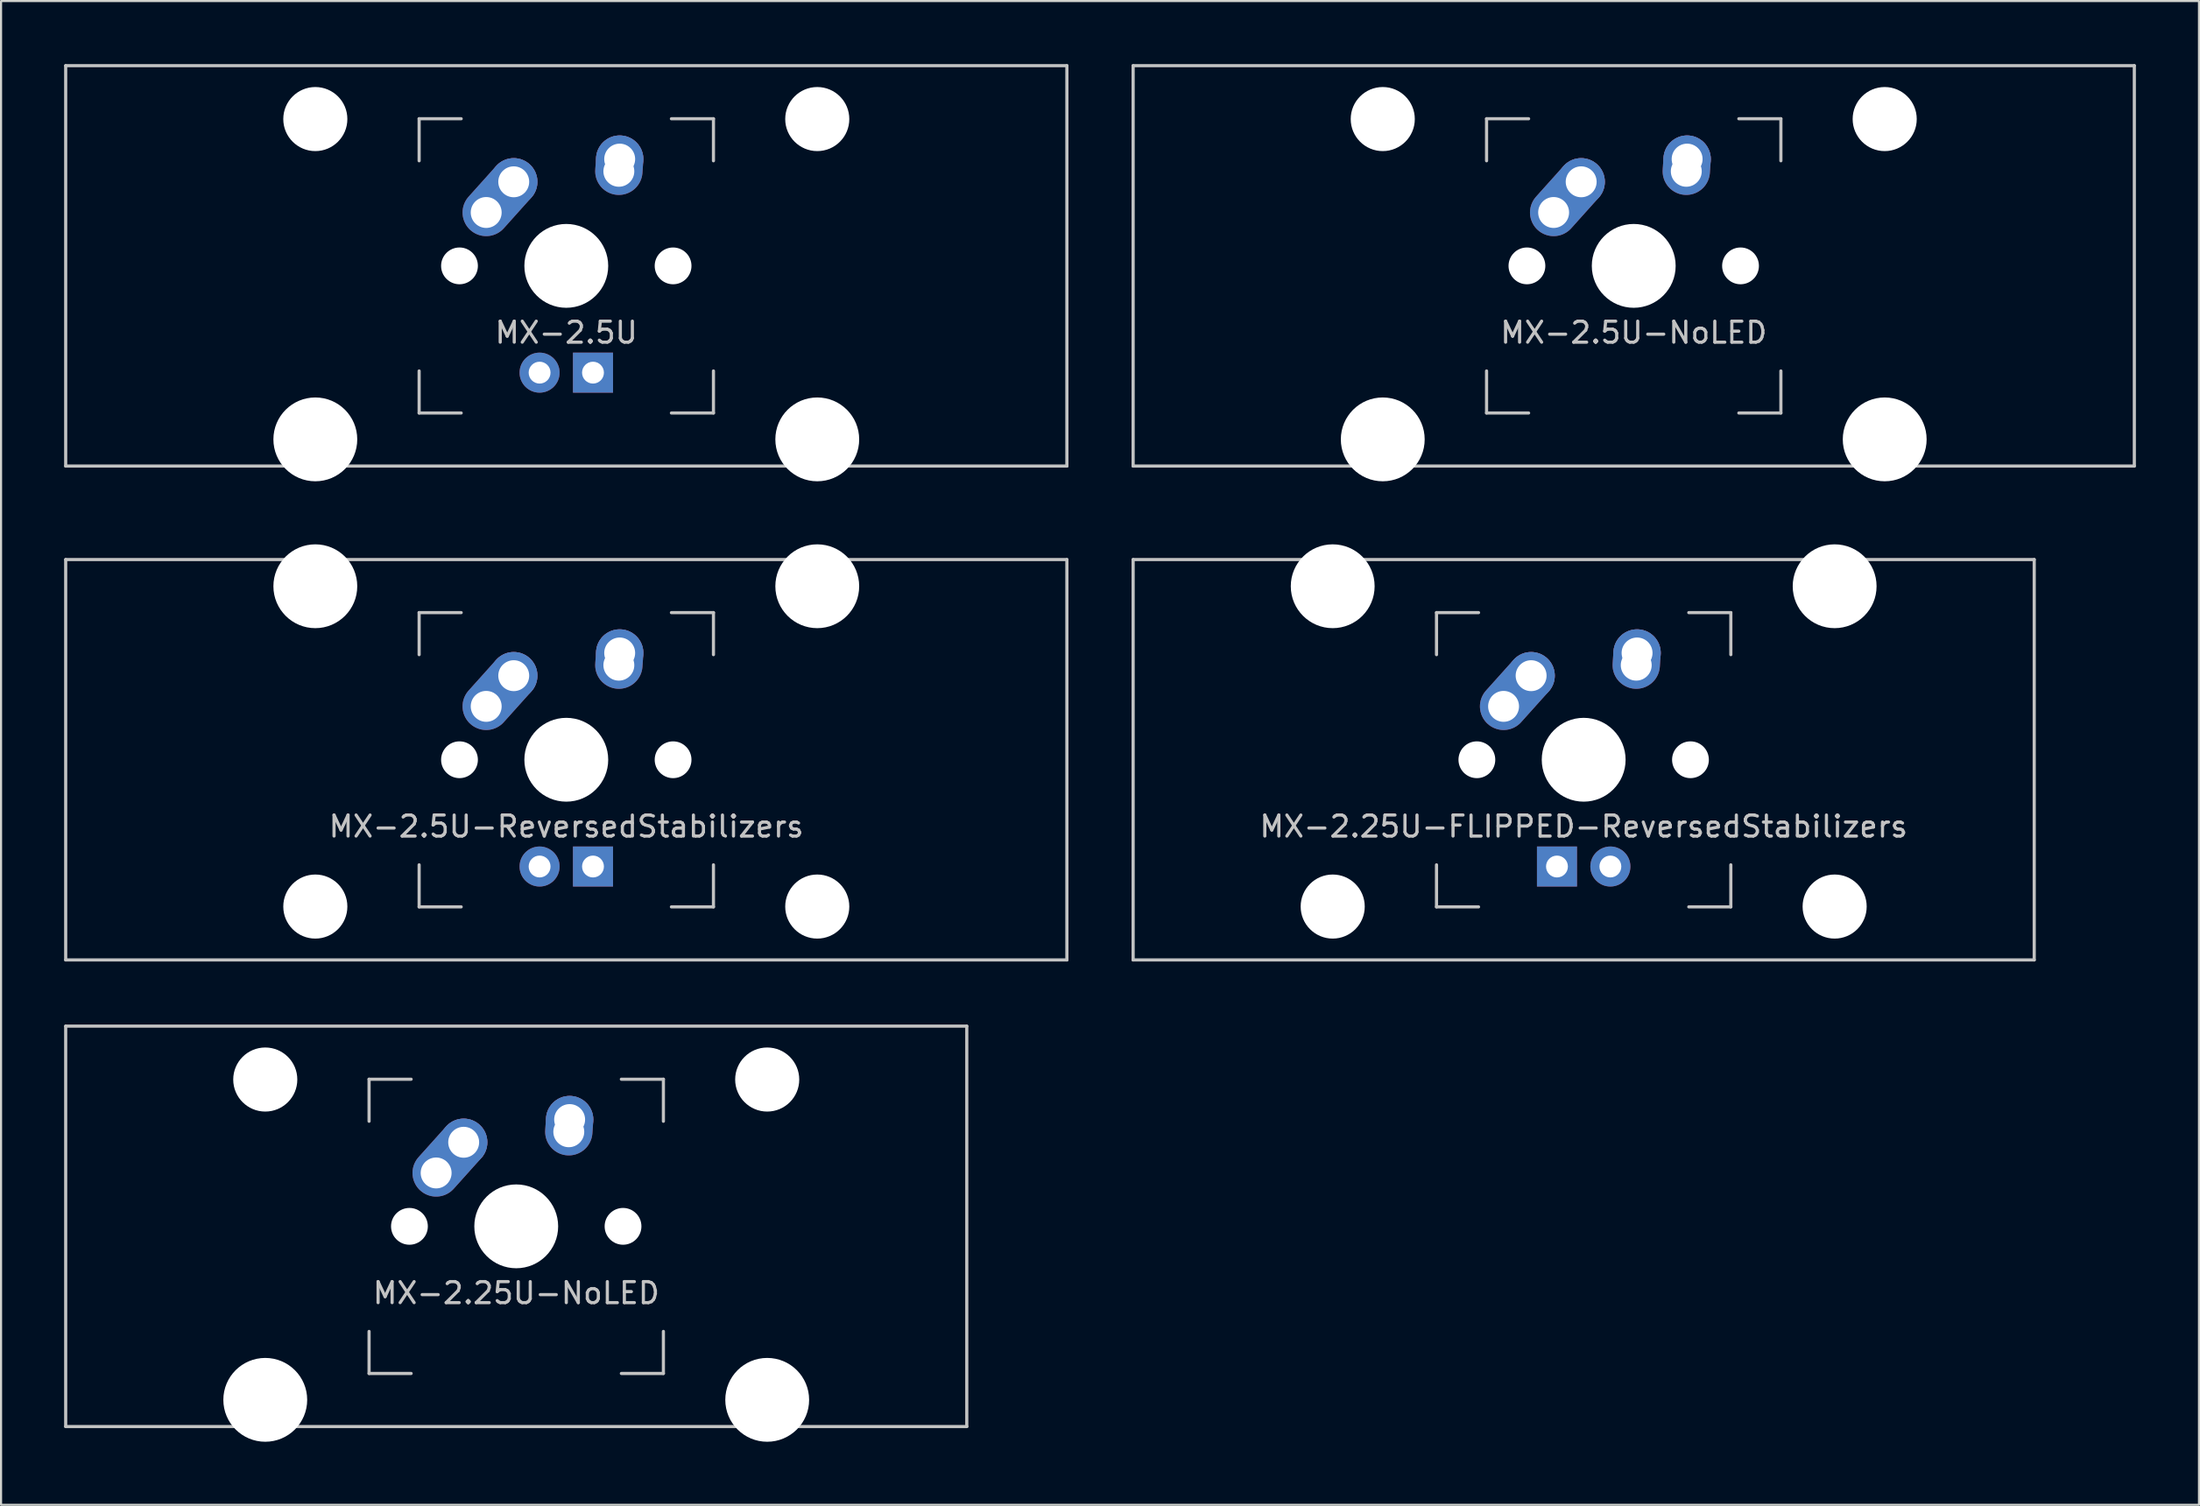
<source format=kicad_pcb>
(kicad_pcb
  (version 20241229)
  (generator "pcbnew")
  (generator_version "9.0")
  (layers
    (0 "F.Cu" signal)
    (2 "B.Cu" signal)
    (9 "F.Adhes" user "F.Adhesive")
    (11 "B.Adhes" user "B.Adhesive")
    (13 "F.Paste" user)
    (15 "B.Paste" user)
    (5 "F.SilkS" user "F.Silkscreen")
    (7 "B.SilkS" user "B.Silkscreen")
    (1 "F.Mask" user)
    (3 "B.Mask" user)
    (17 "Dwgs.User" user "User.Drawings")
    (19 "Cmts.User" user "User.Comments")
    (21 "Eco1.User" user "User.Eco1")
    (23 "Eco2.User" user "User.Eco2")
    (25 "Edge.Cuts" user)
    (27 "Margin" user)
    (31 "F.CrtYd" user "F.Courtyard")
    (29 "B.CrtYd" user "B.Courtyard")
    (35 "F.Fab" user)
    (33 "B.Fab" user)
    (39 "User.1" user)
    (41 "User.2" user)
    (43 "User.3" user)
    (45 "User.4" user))
  (footprint "MX-2.5U-NoLED"
    (layer "F.Cu")
    (at 74.662 9.6)
    (property "Reference" "MX-2.5U-NoLED" (at 0 3.175 0) (layer "Dwgs.User") (effects (font (size 1 1) (thickness 0.15))))
    (attr through_hole)
    (fp_line (start -23.812 -9.525) (end 23.812 -9.525) (stroke (width 0.15) (type solid)) (layer "Dwgs.User"))
    (fp_line (start -23.812 9.525) (end -23.812 -9.525) (stroke (width 0.15) (type solid)) (layer "Dwgs.User"))
    (fp_line (start -23.812 9.525) (end 23.812 9.525) (stroke (width 0.15) (type solid)) (layer "Dwgs.User"))
    (fp_line (start -7 -7) (end -7 -5) (stroke (width 0.15) (type solid)) (layer "Dwgs.User"))
    (fp_line (start -7 5) (end -7 7) (stroke (width 0.15) (type solid)) (layer "Dwgs.User"))
    (fp_line (start -7 7) (end -5 7) (stroke (width 0.15) (type solid)) (layer "Dwgs.User"))
    (fp_line (start -5 -7) (end -7 -7) (stroke (width 0.15) (type solid)) (layer "Dwgs.User"))
    (fp_line (start 5 -7) (end 7 -7) (stroke (width 0.15) (type solid)) (layer "Dwgs.User"))
    (fp_line (start 5 7) (end 7 7) (stroke (width 0.15) (type solid)) (layer "Dwgs.User"))
    (fp_line (start 7 -7) (end 7 -5) (stroke (width 0.15) (type solid)) (layer "Dwgs.User"))
    (fp_line (start 7 7) (end 7 5) (stroke (width 0.15) (type solid)) (layer "Dwgs.User"))
    (fp_line (start 23.812 -9.525) (end 23.812 9.525) (stroke (width 0.15) (type solid)) (layer "Dwgs.User"))
    (pad "" np_thru_hole circle (at -11.938 -6.985) (size 3.048 3.048) (drill 3.048) (layers "*.Cu" "*.Mask"))
    (pad "" np_thru_hole circle (at -11.938 8.255) (size 3.988 3.988) (drill 3.988) (layers "*.Cu" "*.Mask"))
    (pad "" np_thru_hole circle (at -5.08 0 48.1) (size 1.75 1.75) (drill 1.75) (layers "*.Cu" "*.Mask"))
    (pad "" np_thru_hole circle (at 0 0) (size 3.988 3.988) (drill 3.988) (layers "*.Cu" "*.Mask"))
    (pad "" np_thru_hole circle (at 5.08 0 48.1) (size 1.75 1.75) (drill 1.75) (layers "*.Cu" "*.Mask"))
    (pad "" np_thru_hole circle (at 11.938 -6.985) (size 3.048 3.048) (drill 3.048) (layers "*.Cu" "*.Mask"))
    (pad "" np_thru_hole circle (at 11.938 8.255) (size 3.988 3.988) (drill 3.988) (layers "*.Cu" "*.Mask"))
    (pad "1" thru_hole oval (at -3.81 -2.54 48.1) (size 4.212 2.25) (drill 1.47 (offset 0.981 0)) (layers "*.Cu" "*.Mask"))
    (pad "1" thru_hole circle (at -2.5 -4) (size 2.25 2.25) (drill 1.47) (layers "*.Cu" "*.Mask"))
    (pad "2" thru_hole oval (at 2.5 -4.5 86.055) (size 2.831 2.25) (drill 1.47 (offset 0.291 0)) (layers "*.Cu" "*.Mask"))
    (pad "2" thru_hole circle (at 2.54 -5.08) (size 2.25 2.25) (drill 1.47) (layers "*.Cu" "*.Mask")))
  (footprint "MX-2.25U-NoLED"
    (layer "F.Cu")
    (at 21.506 55.298)
    (property "Reference" "MX-2.25U-NoLED" (at 0 3.175 0) (layer "Dwgs.User") (effects (font (size 1 1) (thickness 0.15))))
    (attr through_hole)
    (fp_line (start -21.431 -9.525) (end 21.431 -9.525) (stroke (width 0.15) (type solid)) (layer "Dwgs.User"))
    (fp_line (start -21.431 9.525) (end -21.431 -9.525) (stroke (width 0.15) (type solid)) (layer "Dwgs.User"))
    (fp_line (start -21.431 9.525) (end 21.431 9.525) (stroke (width 0.15) (type solid)) (layer "Dwgs.User"))
    (fp_line (start -7 -7) (end -7 -5) (stroke (width 0.15) (type solid)) (layer "Dwgs.User"))
    (fp_line (start -7 5) (end -7 7) (stroke (width 0.15) (type solid)) (layer "Dwgs.User"))
    (fp_line (start -7 7) (end -5 7) (stroke (width 0.15) (type solid)) (layer "Dwgs.User"))
    (fp_line (start -5 -7) (end -7 -7) (stroke (width 0.15) (type solid)) (layer "Dwgs.User"))
    (fp_line (start 5 -7) (end 7 -7) (stroke (width 0.15) (type solid)) (layer "Dwgs.User"))
    (fp_line (start 5 7) (end 7 7) (stroke (width 0.15) (type solid)) (layer "Dwgs.User"))
    (fp_line (start 7 -7) (end 7 -5) (stroke (width 0.15) (type solid)) (layer "Dwgs.User"))
    (fp_line (start 7 7) (end 7 5) (stroke (width 0.15) (type solid)) (layer "Dwgs.User"))
    (fp_line (start 21.431 -9.525) (end 21.431 9.525) (stroke (width 0.15) (type solid)) (layer "Dwgs.User"))
    (pad "" np_thru_hole circle (at -11.938 -6.985) (size 3.048 3.048) (drill 3.048) (layers "*.Cu" "*.Mask"))
    (pad "" np_thru_hole circle (at -11.938 8.255) (size 3.988 3.988) (drill 3.988) (layers "*.Cu" "*.Mask"))
    (pad "" np_thru_hole circle (at -5.08 0 48.1) (size 1.75 1.75) (drill 1.75) (layers "*.Cu" "*.Mask"))
    (pad "" np_thru_hole circle (at 0 0) (size 3.988 3.988) (drill 3.988) (layers "*.Cu" "*.Mask"))
    (pad "" np_thru_hole circle (at 5.08 0 48.1) (size 1.75 1.75) (drill 1.75) (layers "*.Cu" "*.Mask"))
    (pad "" np_thru_hole circle (at 11.938 -6.985) (size 3.048 3.048) (drill 3.048) (layers "*.Cu" "*.Mask"))
    (pad "" np_thru_hole circle (at 11.938 8.255) (size 3.988 3.988) (drill 3.988) (layers "*.Cu" "*.Mask"))
    (pad "1" thru_hole oval (at -3.81 -2.54 48.1) (size 4.212 2.25) (drill 1.47 (offset 0.981 0)) (layers "*.Cu" "*.Mask"))
    (pad "1" thru_hole circle (at -2.5 -4) (size 2.25 2.25) (drill 1.47) (layers "*.Cu" "*.Mask"))
    (pad "2" thru_hole oval (at 2.5 -4.5 86.055) (size 2.831 2.25) (drill 1.47 (offset 0.291 0)) (layers "*.Cu" "*.Mask"))
    (pad "2" thru_hole circle (at 2.54 -5.08) (size 2.25 2.25) (drill 1.47) (layers "*.Cu" "*.Mask")))
  (footprint "MX-2.5U-ReversedStabilizers"
    (layer "F.Cu")
    (at 23.887 33.098)
    (property "Reference" "MX-2.5U-ReversedStabilizers" (at 0 3.175 0) (layer "Dwgs.User") (effects (font (size 1 1) (thickness 0.15))))
    (attr through_hole)
    (fp_line (start -23.812 -9.525) (end 23.812 -9.525) (stroke (width 0.15) (type solid)) (layer "Dwgs.User"))
    (fp_line (start -23.812 9.525) (end -23.812 -9.525) (stroke (width 0.15) (type solid)) (layer "Dwgs.User"))
    (fp_line (start -23.812 9.525) (end 23.812 9.525) (stroke (width 0.15) (type solid)) (layer "Dwgs.User"))
    (fp_line (start -7 -7) (end -7 -5) (stroke (width 0.15) (type solid)) (layer "Dwgs.User"))
    (fp_line (start -7 5) (end -7 7) (stroke (width 0.15) (type solid)) (layer "Dwgs.User"))
    (fp_line (start -7 7) (end -5 7) (stroke (width 0.15) (type solid)) (layer "Dwgs.User"))
    (fp_line (start -5 -7) (end -7 -7) (stroke (width 0.15) (type solid)) (layer "Dwgs.User"))
    (fp_line (start 5 -7) (end 7 -7) (stroke (width 0.15) (type solid)) (layer "Dwgs.User"))
    (fp_line (start 5 7) (end 7 7) (stroke (width 0.15) (type solid)) (layer "Dwgs.User"))
    (fp_line (start 7 -7) (end 7 -5) (stroke (width 0.15) (type solid)) (layer "Dwgs.User"))
    (fp_line (start 7 7) (end 7 5) (stroke (width 0.15) (type solid)) (layer "Dwgs.User"))
    (fp_line (start 23.812 -9.525) (end 23.812 9.525) (stroke (width 0.15) (type solid)) (layer "Dwgs.User"))
    (pad "" np_thru_hole circle (at -11.938 -8.255) (size 3.988 3.988) (drill 3.988) (layers "*.Cu" "*.Mask"))
    (pad "" np_thru_hole circle (at -11.938 6.985) (size 3.048 3.048) (drill 3.048) (layers "*.Cu" "*.Mask"))
    (pad "" np_thru_hole circle (at -5.08 0 48.1) (size 1.75 1.75) (drill 1.75) (layers "*.Cu" "*.Mask"))
    (pad "" np_thru_hole circle (at 0 0) (size 3.988 3.988) (drill 3.988) (layers "*.Cu" "*.Mask"))
    (pad "" np_thru_hole circle (at 5.08 0 48.1) (size 1.75 1.75) (drill 1.75) (layers "*.Cu" "*.Mask"))
    (pad "" np_thru_hole circle (at 11.938 -8.255) (size 3.988 3.988) (drill 3.988) (layers "*.Cu" "*.Mask"))
    (pad "" np_thru_hole circle (at 11.938 6.985) (size 3.048 3.048) (drill 3.048) (layers "*.Cu" "*.Mask"))
    (pad "1" thru_hole oval (at -3.81 -2.54 48.1) (size 4.212 2.25) (drill 1.47 (offset 0.981 0)) (layers "*.Cu" "*.Mask"))
    (pad "1" thru_hole circle (at -2.5 -4) (size 2.25 2.25) (drill 1.47) (layers "*.Cu" "*.Mask"))
    (pad "2" thru_hole oval (at 2.5 -4.5 86.055) (size 2.831 2.25) (drill 1.47 (offset 0.291 0)) (layers "*.Cu" "*.Mask"))
    (pad "2" thru_hole circle (at 2.54 -5.08) (size 2.25 2.25) (drill 1.47) (layers "*.Cu" "*.Mask"))
    (pad "3" thru_hole circle (at -1.27 5.08) (size 1.905 1.905) (drill 1.04) (layers "*.Cu" "*.Mask"))
    (pad "4" thru_hole rect (at 1.27 5.08) (size 1.905 1.905) (drill 1.04) (layers "*.Cu" "*.Mask")))
  (footprint "MX-2.5U"
    (layer "F.Cu")
    (at 23.887 9.6)
    (property "Reference" "MX-2.5U" (at 0 3.175 0) (layer "Dwgs.User") (effects (font (size 1 1) (thickness 0.15))))
    (attr through_hole)
    (fp_line (start -23.812 -9.525) (end 23.812 -9.525) (stroke (width 0.15) (type solid)) (layer "Dwgs.User"))
    (fp_line (start -23.812 9.525) (end -23.812 -9.525) (stroke (width 0.15) (type solid)) (layer "Dwgs.User"))
    (fp_line (start -23.812 9.525) (end 23.812 9.525) (stroke (width 0.15) (type solid)) (layer "Dwgs.User"))
    (fp_line (start -7 -7) (end -7 -5) (stroke (width 0.15) (type solid)) (layer "Dwgs.User"))
    (fp_line (start -7 5) (end -7 7) (stroke (width 0.15) (type solid)) (layer "Dwgs.User"))
    (fp_line (start -7 7) (end -5 7) (stroke (width 0.15) (type solid)) (layer "Dwgs.User"))
    (fp_line (start -5 -7) (end -7 -7) (stroke (width 0.15) (type solid)) (layer "Dwgs.User"))
    (fp_line (start 5 -7) (end 7 -7) (stroke (width 0.15) (type solid)) (layer "Dwgs.User"))
    (fp_line (start 5 7) (end 7 7) (stroke (width 0.15) (type solid)) (layer "Dwgs.User"))
    (fp_line (start 7 -7) (end 7 -5) (stroke (width 0.15) (type solid)) (layer "Dwgs.User"))
    (fp_line (start 7 7) (end 7 5) (stroke (width 0.15) (type solid)) (layer "Dwgs.User"))
    (fp_line (start 23.812 -9.525) (end 23.812 9.525) (stroke (width 0.15) (type solid)) (layer "Dwgs.User"))
    (pad "" np_thru_hole circle (at -11.938 -6.985) (size 3.048 3.048) (drill 3.048) (layers "*.Cu" "*.Mask"))
    (pad "" np_thru_hole circle (at -11.938 8.255) (size 3.988 3.988) (drill 3.988) (layers "*.Cu" "*.Mask"))
    (pad "" np_thru_hole circle (at -5.08 0 48.1) (size 1.75 1.75) (drill 1.75) (layers "*.Cu" "*.Mask"))
    (pad "" np_thru_hole circle (at 0 0) (size 3.988 3.988) (drill 3.988) (layers "*.Cu" "*.Mask"))
    (pad "" np_thru_hole circle (at 5.08 0 48.1) (size 1.75 1.75) (drill 1.75) (layers "*.Cu" "*.Mask"))
    (pad "" np_thru_hole circle (at 11.938 -6.985) (size 3.048 3.048) (drill 3.048) (layers "*.Cu" "*.Mask"))
    (pad "" np_thru_hole circle (at 11.938 8.255) (size 3.988 3.988) (drill 3.988) (layers "*.Cu" "*.Mask"))
    (pad "1" thru_hole oval (at -3.81 -2.54 48.1) (size 4.212 2.25) (drill 1.47 (offset 0.981 0)) (layers "*.Cu" "*.Mask"))
    (pad "1" thru_hole circle (at -2.5 -4) (size 2.25 2.25) (drill 1.47) (layers "*.Cu" "*.Mask"))
    (pad "2" thru_hole oval (at 2.5 -4.5 86.055) (size 2.831 2.25) (drill 1.47 (offset 0.291 0)) (layers "*.Cu" "*.Mask"))
    (pad "2" thru_hole circle (at 2.54 -5.08) (size 2.25 2.25) (drill 1.47) (layers "*.Cu" "*.Mask"))
    (pad "3" thru_hole circle (at -1.27 5.08) (size 1.905 1.905) (drill 1.04) (layers "*.Cu" "*.Mask"))
    (pad "4" thru_hole rect (at 1.27 5.08) (size 1.905 1.905) (drill 1.04) (layers "*.Cu" "*.Mask")))
  (footprint "MX-2.25U-FLIPPED-ReversedStabilizers"
    (layer "F.Cu")
    (at 72.281 33.098)
    (property "Reference" "MX-2.25U-FLIPPED-ReversedStabilizers" (at 0 3.175 0) (layer "Dwgs.User") (effects (font (size 1 1) (thickness 0.15))))
    (attr through_hole)
    (fp_line (start -21.431 -9.525) (end 21.431 -9.525) (stroke (width 0.15) (type solid)) (layer "Dwgs.User"))
    (fp_line (start -21.431 9.525) (end -21.431 -9.525) (stroke (width 0.15) (type solid)) (layer "Dwgs.User"))
    (fp_line (start -21.431 9.525) (end 21.431 9.525) (stroke (width 0.15) (type solid)) (layer "Dwgs.User"))
    (fp_line (start -7 -7) (end -7 -5) (stroke (width 0.15) (type solid)) (layer "Dwgs.User"))
    (fp_line (start -7 5) (end -7 7) (stroke (width 0.15) (type solid)) (layer "Dwgs.User"))
    (fp_line (start -7 7) (end -5 7) (stroke (width 0.15) (type solid)) (layer "Dwgs.User"))
    (fp_line (start -5 -7) (end -7 -7) (stroke (width 0.15) (type solid)) (layer "Dwgs.User"))
    (fp_line (start 5 -7) (end 7 -7) (stroke (width 0.15) (type solid)) (layer "Dwgs.User"))
    (fp_line (start 5 7) (end 7 7) (stroke (width 0.15) (type solid)) (layer "Dwgs.User"))
    (fp_line (start 7 -7) (end 7 -5) (stroke (width 0.15) (type solid)) (layer "Dwgs.User"))
    (fp_line (start 7 7) (end 7 5) (stroke (width 0.15) (type solid)) (layer "Dwgs.User"))
    (fp_line (start 21.431 -9.525) (end 21.431 9.525) (stroke (width 0.15) (type solid)) (layer "Dwgs.User"))
    (pad "" np_thru_hole circle (at -11.938 -8.255) (size 3.988 3.988) (drill 3.988) (layers "*.Cu" "*.Mask"))
    (pad "" np_thru_hole circle (at -11.938 6.985) (size 3.048 3.048) (drill 3.048) (layers "*.Cu" "*.Mask"))
    (pad "" np_thru_hole circle (at -5.08 0 48.1) (size 1.75 1.75) (drill 1.75) (layers "*.Cu" "*.Mask"))
    (pad "" np_thru_hole circle (at 0 0) (size 3.988 3.988) (drill 3.988) (layers "*.Cu" "*.Mask"))
    (pad "" np_thru_hole circle (at 5.08 0 48.1) (size 1.75 1.75) (drill 1.75) (layers "*.Cu" "*.Mask"))
    (pad "" np_thru_hole circle (at 11.938 -8.255) (size 3.988 3.988) (drill 3.988) (layers "*.Cu" "*.Mask"))
    (pad "" np_thru_hole circle (at 11.938 6.985) (size 3.048 3.048) (drill 3.048) (layers "*.Cu" "*.Mask"))
    (pad "1" thru_hole oval (at -3.81 -2.54 48.1) (size 4.212 2.25) (drill 1.47 (offset 0.981 0)) (layers "*.Cu" "*.Mask"))
    (pad "1" thru_hole circle (at -2.5 -4) (size 2.25 2.25) (drill 1.47) (layers "*.Cu" "*.Mask"))
    (pad "2" thru_hole oval (at 2.5 -4.5 86.055) (size 2.831 2.25) (drill 1.47 (offset 0.291 0)) (layers "*.Cu" "*.Mask"))
    (pad "2" thru_hole circle (at 2.54 -5.08) (size 2.25 2.25) (drill 1.47) (layers "*.Cu" "*.Mask"))
    (pad "3" thru_hole circle (at 1.27 5.08) (size 1.905 1.905) (drill 1.04) (layers "*.Cu" "*.Mask"))
    (pad "4" thru_hole rect (at -1.27 5.08) (size 1.905 1.905) (drill 1.04) (layers "*.Cu" "*.Mask")))
  (gr_rect
    (start -3 -3)
    (end 101.55 68.547)
    (stroke (width 0.1) (type default))
    (fill no)
    (layer "Edge.Cuts")))
</source>
